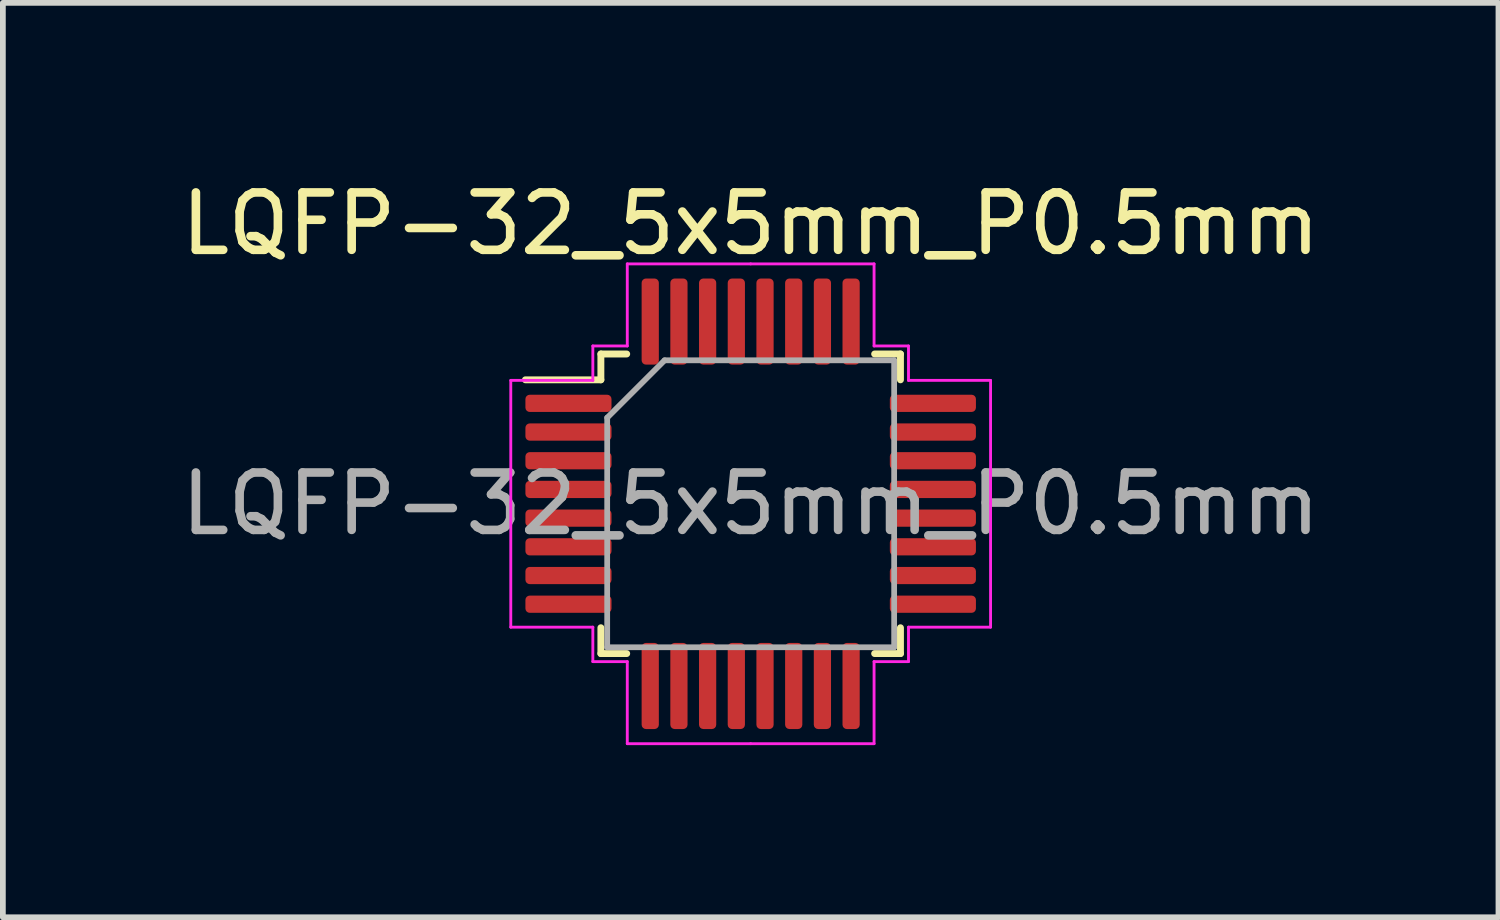
<source format=kicad_pcb>
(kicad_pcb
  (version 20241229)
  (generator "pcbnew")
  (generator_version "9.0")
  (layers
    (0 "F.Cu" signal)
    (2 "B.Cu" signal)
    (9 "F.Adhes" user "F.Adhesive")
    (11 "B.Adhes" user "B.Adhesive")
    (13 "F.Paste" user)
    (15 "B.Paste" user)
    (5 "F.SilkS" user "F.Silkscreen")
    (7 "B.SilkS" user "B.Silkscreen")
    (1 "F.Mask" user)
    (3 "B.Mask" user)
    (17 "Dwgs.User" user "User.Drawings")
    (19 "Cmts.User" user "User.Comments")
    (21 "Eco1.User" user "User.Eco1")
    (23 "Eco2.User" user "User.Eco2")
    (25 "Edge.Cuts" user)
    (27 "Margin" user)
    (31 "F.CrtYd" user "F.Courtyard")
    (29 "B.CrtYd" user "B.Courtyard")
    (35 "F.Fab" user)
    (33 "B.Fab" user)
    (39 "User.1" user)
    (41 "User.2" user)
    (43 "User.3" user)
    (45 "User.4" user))
  (footprint "LQFP-32_5x5mm_P0.5mm"
    (layer "F.Cu")
    (at 10.03 5.728)
    (property "Reference" "LQFP-32_5x5mm_P0.5mm" (at 0 -4.88 0) (layer "F.SilkS") (effects (font (size 1 1) (thickness 0.15))))
    (attr smd)
    (fp_line (start -2.61 -2.61) (end -2.61 -2.16) (stroke (width 0.12) (type solid)) (layer "F.SilkS"))
    (fp_line (start -2.61 -2.16) (end -3.925 -2.16) (stroke (width 0.12) (type solid)) (layer "F.SilkS"))
    (fp_line (start -2.61 2.61) (end -2.61 2.16) (stroke (width 0.12) (type solid)) (layer "F.SilkS"))
    (fp_line (start -2.16 -2.61) (end -2.61 -2.61) (stroke (width 0.12) (type solid)) (layer "F.SilkS"))
    (fp_line (start -2.16 2.61) (end -2.61 2.61) (stroke (width 0.12) (type solid)) (layer "F.SilkS"))
    (fp_line (start 2.16 -2.61) (end 2.61 -2.61) (stroke (width 0.12) (type solid)) (layer "F.SilkS"))
    (fp_line (start 2.16 2.61) (end 2.61 2.61) (stroke (width 0.12) (type solid)) (layer "F.SilkS"))
    (fp_line (start 2.61 -2.61) (end 2.61 -2.16) (stroke (width 0.12) (type solid)) (layer "F.SilkS"))
    (fp_line (start 2.61 2.61) (end 2.61 2.16) (stroke (width 0.12) (type solid)) (layer "F.SilkS"))
    (fp_line (start -4.18 -2.15) (end -4.18 0) (stroke (width 0.05) (type solid)) (layer "F.CrtYd"))
    (fp_line (start -4.18 2.15) (end -4.18 0) (stroke (width 0.05) (type solid)) (layer "F.CrtYd"))
    (fp_line (start -2.75 -2.75) (end -2.75 -2.15) (stroke (width 0.05) (type solid)) (layer "F.CrtYd"))
    (fp_line (start -2.75 -2.15) (end -4.18 -2.15) (stroke (width 0.05) (type solid)) (layer "F.CrtYd"))
    (fp_line (start -2.75 2.15) (end -4.18 2.15) (stroke (width 0.05) (type solid)) (layer "F.CrtYd"))
    (fp_line (start -2.75 2.75) (end -2.75 2.15) (stroke (width 0.05) (type solid)) (layer "F.CrtYd"))
    (fp_line (start -2.15 -4.18) (end -2.15 -2.75) (stroke (width 0.05) (type solid)) (layer "F.CrtYd"))
    (fp_line (start -2.15 -2.75) (end -2.75 -2.75) (stroke (width 0.05) (type solid)) (layer "F.CrtYd"))
    (fp_line (start -2.15 2.75) (end -2.75 2.75) (stroke (width 0.05) (type solid)) (layer "F.CrtYd"))
    (fp_line (start -2.15 4.18) (end -2.15 2.75) (stroke (width 0.05) (type solid)) (layer "F.CrtYd"))
    (fp_line (start 0 -4.18) (end -2.15 -4.18) (stroke (width 0.05) (type solid)) (layer "F.CrtYd"))
    (fp_line (start 0 -4.18) (end 2.15 -4.18) (stroke (width 0.05) (type solid)) (layer "F.CrtYd"))
    (fp_line (start 0 4.18) (end -2.15 4.18) (stroke (width 0.05) (type solid)) (layer "F.CrtYd"))
    (fp_line (start 0 4.18) (end 2.15 4.18) (stroke (width 0.05) (type solid)) (layer "F.CrtYd"))
    (fp_line (start 2.15 -4.18) (end 2.15 -2.75) (stroke (width 0.05) (type solid)) (layer "F.CrtYd"))
    (fp_line (start 2.15 -2.75) (end 2.75 -2.75) (stroke (width 0.05) (type solid)) (layer "F.CrtYd"))
    (fp_line (start 2.15 2.75) (end 2.75 2.75) (stroke (width 0.05) (type solid)) (layer "F.CrtYd"))
    (fp_line (start 2.15 4.18) (end 2.15 2.75) (stroke (width 0.05) (type solid)) (layer "F.CrtYd"))
    (fp_line (start 2.75 -2.75) (end 2.75 -2.15) (stroke (width 0.05) (type solid)) (layer "F.CrtYd"))
    (fp_line (start 2.75 -2.15) (end 4.18 -2.15) (stroke (width 0.05) (type solid)) (layer "F.CrtYd"))
    (fp_line (start 2.75 2.15) (end 4.18 2.15) (stroke (width 0.05) (type solid)) (layer "F.CrtYd"))
    (fp_line (start 2.75 2.75) (end 2.75 2.15) (stroke (width 0.05) (type solid)) (layer "F.CrtYd"))
    (fp_line (start 4.18 -2.15) (end 4.18 0) (stroke (width 0.05) (type solid)) (layer "F.CrtYd"))
    (fp_line (start 4.18 2.15) (end 4.18 0) (stroke (width 0.05) (type solid)) (layer "F.CrtYd"))
    (fp_line (start -2.5 -1.5) (end -1.5 -2.5) (stroke (width 0.1) (type solid)) (layer "F.Fab"))
    (fp_line (start -2.5 2.5) (end -2.5 -1.5) (stroke (width 0.1) (type solid)) (layer "F.Fab"))
    (fp_line (start -1.5 -2.5) (end 2.5 -2.5) (stroke (width 0.1) (type solid)) (layer "F.Fab"))
    (fp_line (start 2.5 -2.5) (end 2.5 2.5) (stroke (width 0.1) (type solid)) (layer "F.Fab"))
    (fp_line (start 2.5 2.5) (end -2.5 2.5) (stroke (width 0.1) (type solid)) (layer "F.Fab"))
    (fp_text user "${REFERENCE}" (at 0 0 0) (layer "F.Fab") (effects (font (size 1 1) (thickness 0.15))))
    (pad "1" smd roundrect (at -3.175 -1.75) (size 1.5 0.3) (layers "F.Cu" "F.Mask" "F.Paste") (roundrect_rratio 0.25))
    (pad "2" smd roundrect (at -3.175 -1.25) (size 1.5 0.3) (layers "F.Cu" "F.Mask" "F.Paste") (roundrect_rratio 0.25))
    (pad "3" smd roundrect (at -3.175 -0.75) (size 1.5 0.3) (layers "F.Cu" "F.Mask" "F.Paste") (roundrect_rratio 0.25))
    (pad "4" smd roundrect (at -3.175 -0.25) (size 1.5 0.3) (layers "F.Cu" "F.Mask" "F.Paste") (roundrect_rratio 0.25))
    (pad "5" smd roundrect (at -3.175 0.25) (size 1.5 0.3) (layers "F.Cu" "F.Mask" "F.Paste") (roundrect_rratio 0.25))
    (pad "6" smd roundrect (at -3.175 0.75) (size 1.5 0.3) (layers "F.Cu" "F.Mask" "F.Paste") (roundrect_rratio 0.25))
    (pad "7" smd roundrect (at -3.175 1.25) (size 1.5 0.3) (layers "F.Cu" "F.Mask" "F.Paste") (roundrect_rratio 0.25))
    (pad "8" smd roundrect (at -3.175 1.75) (size 1.5 0.3) (layers "F.Cu" "F.Mask" "F.Paste") (roundrect_rratio 0.25))
    (pad "9" smd roundrect (at -1.75 3.175) (size 0.3 1.5) (layers "F.Cu" "F.Mask" "F.Paste") (roundrect_rratio 0.25))
    (pad "10" smd roundrect (at -1.25 3.175) (size 0.3 1.5) (layers "F.Cu" "F.Mask" "F.Paste") (roundrect_rratio 0.25))
    (pad "11" smd roundrect (at -0.75 3.175) (size 0.3 1.5) (layers "F.Cu" "F.Mask" "F.Paste") (roundrect_rratio 0.25))
    (pad "12" smd roundrect (at -0.25 3.175) (size 0.3 1.5) (layers "F.Cu" "F.Mask" "F.Paste") (roundrect_rratio 0.25))
    (pad "13" smd roundrect (at 0.25 3.175) (size 0.3 1.5) (layers "F.Cu" "F.Mask" "F.Paste") (roundrect_rratio 0.25))
    (pad "14" smd roundrect (at 0.75 3.175) (size 0.3 1.5) (layers "F.Cu" "F.Mask" "F.Paste") (roundrect_rratio 0.25))
    (pad "15" smd roundrect (at 1.25 3.175) (size 0.3 1.5) (layers "F.Cu" "F.Mask" "F.Paste") (roundrect_rratio 0.25))
    (pad "16" smd roundrect (at 1.75 3.175) (size 0.3 1.5) (layers "F.Cu" "F.Mask" "F.Paste") (roundrect_rratio 0.25))
    (pad "17" smd roundrect (at 3.175 1.75) (size 1.5 0.3) (layers "F.Cu" "F.Mask" "F.Paste") (roundrect_rratio 0.25))
    (pad "18" smd roundrect (at 3.175 1.25) (size 1.5 0.3) (layers "F.Cu" "F.Mask" "F.Paste") (roundrect_rratio 0.25))
    (pad "19" smd roundrect (at 3.175 0.75) (size 1.5 0.3) (layers "F.Cu" "F.Mask" "F.Paste") (roundrect_rratio 0.25))
    (pad "20" smd roundrect (at 3.175 0.25) (size 1.5 0.3) (layers "F.Cu" "F.Mask" "F.Paste") (roundrect_rratio 0.25))
    (pad "21" smd roundrect (at 3.175 -0.25) (size 1.5 0.3) (layers "F.Cu" "F.Mask" "F.Paste") (roundrect_rratio 0.25))
    (pad "22" smd roundrect (at 3.175 -0.75) (size 1.5 0.3) (layers "F.Cu" "F.Mask" "F.Paste") (roundrect_rratio 0.25))
    (pad "23" smd roundrect (at 3.175 -1.25) (size 1.5 0.3) (layers "F.Cu" "F.Mask" "F.Paste") (roundrect_rratio 0.25))
    (pad "24" smd roundrect (at 3.175 -1.75) (size 1.5 0.3) (layers "F.Cu" "F.Mask" "F.Paste") (roundrect_rratio 0.25))
    (pad "25" smd roundrect (at 1.75 -3.175) (size 0.3 1.5) (layers "F.Cu" "F.Mask" "F.Paste") (roundrect_rratio 0.25))
    (pad "26" smd roundrect (at 1.25 -3.175) (size 0.3 1.5) (layers "F.Cu" "F.Mask" "F.Paste") (roundrect_rratio 0.25))
    (pad "27" smd roundrect (at 0.75 -3.175) (size 0.3 1.5) (layers "F.Cu" "F.Mask" "F.Paste") (roundrect_rratio 0.25))
    (pad "28" smd roundrect (at 0.25 -3.175) (size 0.3 1.5) (layers "F.Cu" "F.Mask" "F.Paste") (roundrect_rratio 0.25))
    (pad "29" smd roundrect (at -0.25 -3.175) (size 0.3 1.5) (layers "F.Cu" "F.Mask" "F.Paste") (roundrect_rratio 0.25))
    (pad "30" smd roundrect (at -0.75 -3.175) (size 0.3 1.5) (layers "F.Cu" "F.Mask" "F.Paste") (roundrect_rratio 0.25))
    (pad "31" smd roundrect (at -1.25 -3.175) (size 0.3 1.5) (layers "F.Cu" "F.Mask" "F.Paste") (roundrect_rratio 0.25))
    (pad "32" smd roundrect (at -1.75 -3.175) (size 0.3 1.5) (layers "F.Cu" "F.Mask" "F.Paste") (roundrect_rratio 0.25)))
  (gr_rect
    (start -3 -3)
    (end 23.06 12.933)
    (stroke (width 0.1) (type default))
    (fill no)
    (layer "Edge.Cuts")))
</source>
